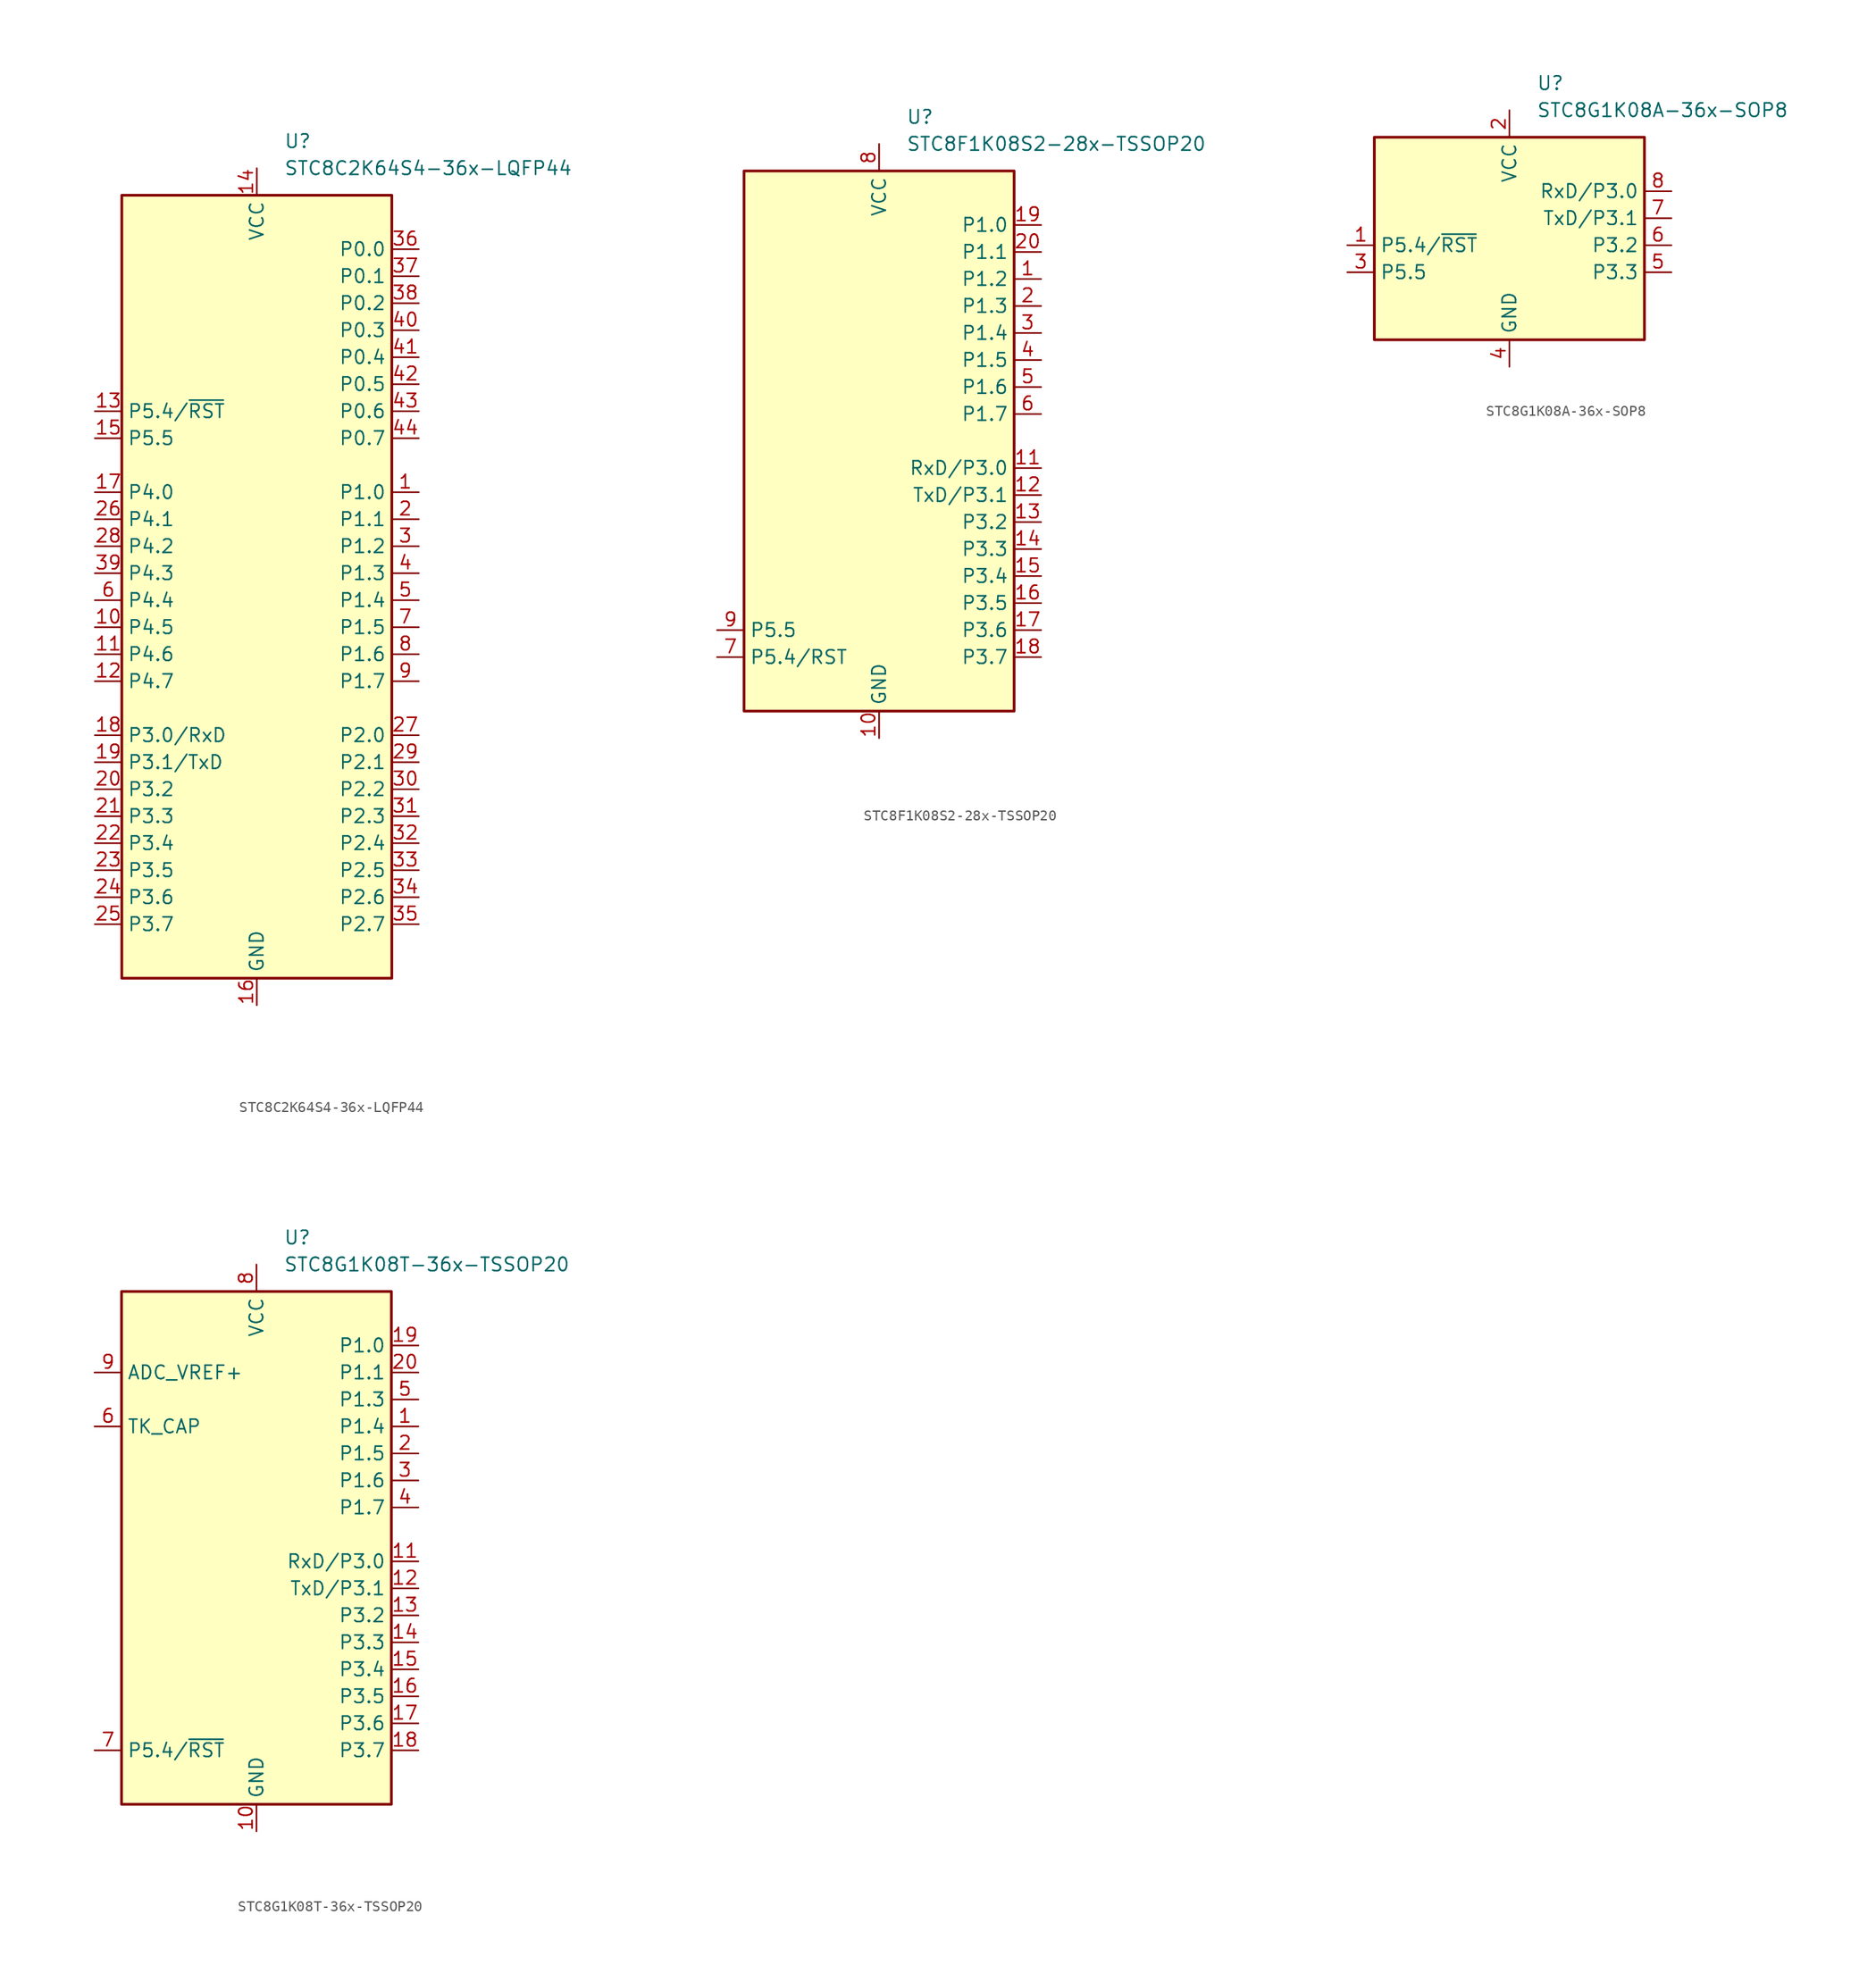
<source format=kicad_sym>
(kicad_symbol_lib
  (version 20211014)
  (generator kicad_symbol_editor)
  (symbol "STC8C2K64S4-36x-LQFP44"
    (property "Reference" "U"
      (at 2.54 41.91 0)
      (effects (font (size 1.27 1.27)) (justify left)))
    (property "Value" "STC8C2K64S4-36x-LQFP44"
      (at 2.54 39.37 0)
      (effects (font (size 1.27 1.27)) (justify left)))
    (symbol "STC8C2K64S4-36x-LQFP44_0_1"
      (rectangle (start -12.7 36.83) (end 12.7 -36.83) (stroke (width 0.254) (type default) (color 0 0 0 0)) (fill (type background))))
    (symbol "STC8C2K64S4-36x-LQFP44_1_1"
      (pin bidirectional line (at 15.24 8.89 180) (length 2.54) (name "P1.0" (effects (font (size 1.27 1.27)))) (number "1" (effects (font (size 1.27 1.27)))))
      (pin bidirectional line (at -15.24 -3.81 0) (length 2.54) (name "P4.5" (effects (font (size 1.27 1.27)))) (number "10" (effects (font (size 1.27 1.27)))))
      (pin bidirectional line (at -15.24 -6.35 0) (length 2.54) (name "P4.6" (effects (font (size 1.27 1.27)))) (number "11" (effects (font (size 1.27 1.27)))))
      (pin bidirectional line (at -15.24 -8.89 0) (length 2.54) (name "P4.7" (effects (font (size 1.27 1.27)))) (number "12" (effects (font (size 1.27 1.27)))))
      (pin bidirectional line (at -15.24 16.51 0) (length 2.54) (name "P5.4/~{RST}" (effects (font (size 1.27 1.27)))) (number "13" (effects (font (size 1.27 1.27)))))
      (pin power_in line (at 0 39.37 270) (length 2.54) (name "VCC" (effects (font (size 1.27 1.27)))) (number "14" (effects (font (size 1.27 1.27)))))
      (pin bidirectional line (at -15.24 13.97 0) (length 2.54) (name "P5.5" (effects (font (size 1.27 1.27)))) (number "15" (effects (font (size 1.27 1.27)))))
      (pin power_in line (at 0 -39.37 90) (length 2.54) (name "GND" (effects (font (size 1.27 1.27)))) (number "16" (effects (font (size 1.27 1.27)))))
      (pin bidirectional line (at -15.24 8.89 0) (length 2.54) (name "P4.0" (effects (font (size 1.27 1.27)))) (number "17" (effects (font (size 1.27 1.27)))))
      (pin bidirectional line (at -15.24 -13.97 0) (length 2.54) (name "P3.0/RxD" (effects (font (size 1.27 1.27)))) (number "18" (effects (font (size 1.27 1.27)))))
      (pin bidirectional line (at -15.24 -16.51 0) (length 2.54) (name "P3.1/TxD" (effects (font (size 1.27 1.27)))) (number "19" (effects (font (size 1.27 1.27)))))
      (pin bidirectional line (at 15.24 6.35 180) (length 2.54) (name "P1.1" (effects (font (size 1.27 1.27)))) (number "2" (effects (font (size 1.27 1.27)))))
      (pin bidirectional line (at -15.24 -19.05 0) (length 2.54) (name "P3.2" (effects (font (size 1.27 1.27)))) (number "20" (effects (font (size 1.27 1.27)))))
      (pin bidirectional line (at -15.24 -21.59 0) (length 2.54) (name "P3.3" (effects (font (size 1.27 1.27)))) (number "21" (effects (font (size 1.27 1.27)))))
      (pin bidirectional line (at -15.24 -24.13 0) (length 2.54) (name "P3.4" (effects (font (size 1.27 1.27)))) (number "22" (effects (font (size 1.27 1.27)))))
      (pin bidirectional line (at -15.24 -26.67 0) (length 2.54) (name "P3.5" (effects (font (size 1.27 1.27)))) (number "23" (effects (font (size 1.27 1.27)))))
      (pin bidirectional line (at -15.24 -29.21 0) (length 2.54) (name "P3.6" (effects (font (size 1.27 1.27)))) (number "24" (effects (font (size 1.27 1.27)))))
      (pin bidirectional line (at -15.24 -31.75 0) (length 2.54) (name "P3.7" (effects (font (size 1.27 1.27)))) (number "25" (effects (font (size 1.27 1.27)))))
      (pin bidirectional line (at -15.24 6.35 0) (length 2.54) (name "P4.1" (effects (font (size 1.27 1.27)))) (number "26" (effects (font (size 1.27 1.27)))))
      (pin bidirectional line (at 15.24 -13.97 180) (length 2.54) (name "P2.0" (effects (font (size 1.27 1.27)))) (number "27" (effects (font (size 1.27 1.27)))))
      (pin bidirectional line (at -15.24 3.81 0) (length 2.54) (name "P4.2" (effects (font (size 1.27 1.27)))) (number "28" (effects (font (size 1.27 1.27)))))
      (pin bidirectional line (at 15.24 -16.51 180) (length 2.54) (name "P2.1" (effects (font (size 1.27 1.27)))) (number "29" (effects (font (size 1.27 1.27)))))
      (pin bidirectional line (at 15.24 3.81 180) (length 2.54) (name "P1.2" (effects (font (size 1.27 1.27)))) (number "3" (effects (font (size 1.27 1.27)))))
      (pin bidirectional line (at 15.24 -19.05 180) (length 2.54) (name "P2.2" (effects (font (size 1.27 1.27)))) (number "30" (effects (font (size 1.27 1.27)))))
      (pin bidirectional line (at 15.24 -21.59 180) (length 2.54) (name "P2.3" (effects (font (size 1.27 1.27)))) (number "31" (effects (font (size 1.27 1.27)))))
      (pin bidirectional line (at 15.24 -24.13 180) (length 2.54) (name "P2.4" (effects (font (size 1.27 1.27)))) (number "32" (effects (font (size 1.27 1.27)))))
      (pin bidirectional line (at 15.24 -26.67 180) (length 2.54) (name "P2.5" (effects (font (size 1.27 1.27)))) (number "33" (effects (font (size 1.27 1.27)))))
      (pin bidirectional line (at 15.24 -29.21 180) (length 2.54) (name "P2.6" (effects (font (size 1.27 1.27)))) (number "34" (effects (font (size 1.27 1.27)))))
      (pin bidirectional line (at 15.24 -31.75 180) (length 2.54) (name "P2.7" (effects (font (size 1.27 1.27)))) (number "35" (effects (font (size 1.27 1.27)))))
      (pin bidirectional line (at 15.24 31.75 180) (length 2.54) (name "P0.0" (effects (font (size 1.27 1.27)))) (number "36" (effects (font (size 1.27 1.27)))))
      (pin bidirectional line (at 15.24 29.21 180) (length 2.54) (name "P0.1" (effects (font (size 1.27 1.27)))) (number "37" (effects (font (size 1.27 1.27)))))
      (pin bidirectional line (at 15.24 26.67 180) (length 2.54) (name "P0.2" (effects (font (size 1.27 1.27)))) (number "38" (effects (font (size 1.27 1.27)))))
      (pin bidirectional line (at -15.24 1.27 0) (length 2.54) (name "P4.3" (effects (font (size 1.27 1.27)))) (number "39" (effects (font (size 1.27 1.27)))))
      (pin bidirectional line (at 15.24 1.27 180) (length 2.54) (name "P1.3" (effects (font (size 1.27 1.27)))) (number "4" (effects (font (size 1.27 1.27)))))
      (pin bidirectional line (at 15.24 24.13 180) (length 2.54) (name "P0.3" (effects (font (size 1.27 1.27)))) (number "40" (effects (font (size 1.27 1.27)))))
      (pin bidirectional line (at 15.24 21.59 180) (length 2.54) (name "P0.4" (effects (font (size 1.27 1.27)))) (number "41" (effects (font (size 1.27 1.27)))))
      (pin bidirectional line (at 15.24 19.05 180) (length 2.54) (name "P0.5" (effects (font (size 1.27 1.27)))) (number "42" (effects (font (size 1.27 1.27)))))
      (pin bidirectional line (at 15.24 16.51 180) (length 2.54) (name "P0.6" (effects (font (size 1.27 1.27)))) (number "43" (effects (font (size 1.27 1.27)))))
      (pin bidirectional line (at 15.24 13.97 180) (length 2.54) (name "P0.7" (effects (font (size 1.27 1.27)))) (number "44" (effects (font (size 1.27 1.27)))))
      (pin bidirectional line (at 15.24 -1.27 180) (length 2.54) (name "P1.4" (effects (font (size 1.27 1.27)))) (number "5" (effects (font (size 1.27 1.27)))))
      (pin bidirectional line (at -15.24 -1.27 0) (length 2.54) (name "P4.4" (effects (font (size 1.27 1.27)))) (number "6" (effects (font (size 1.27 1.27)))))
      (pin bidirectional line (at 15.24 -3.81 180) (length 2.54) (name "P1.5" (effects (font (size 1.27 1.27)))) (number "7" (effects (font (size 1.27 1.27)))))
      (pin bidirectional line (at 15.24 -6.35 180) (length 2.54) (name "P1.6" (effects (font (size 1.27 1.27)))) (number "8" (effects (font (size 1.27 1.27)))))
      (pin bidirectional line (at 15.24 -8.89 180) (length 2.54) (name "P1.7" (effects (font (size 1.27 1.27)))) (number "9" (effects (font (size 1.27 1.27)))))))
  (symbol "STC8F1K08S2-28x-TSSOP20"
    (property "Reference" "U"
      (at 2.54 30.48 0)
      (effects (font (size 1.27 1.27)) (justify left)))
    (property "Value" "STC8F1K08S2-28x-TSSOP20"
      (at 2.54 27.94 0)
      (effects (font (size 1.27 1.27)) (justify left)))
    (symbol "STC8F1K08S2-28x-TSSOP20_0_1"
      (rectangle (start -12.7 25.4) (end 12.7 -25.4) (stroke (width 0.254) (type default) (color 0 0 0 0)) (fill (type background))))
    (symbol "STC8F1K08S2-28x-TSSOP20_1_1"
      (pin bidirectional line (at 15.24 15.24 180) (length 2.54) (name "P1.2" (effects (font (size 1.27 1.27)))) (number "1" (effects (font (size 1.27 1.27)))))
      (pin power_in line (at 0 -27.94 90) (length 2.54) (name "GND" (effects (font (size 1.27 1.27)))) (number "10" (effects (font (size 1.27 1.27)))))
      (pin bidirectional line (at 15.24 -2.54 180) (length 2.54) (name "RxD/P3.0" (effects (font (size 1.27 1.27)))) (number "11" (effects (font (size 1.27 1.27)))))
      (pin bidirectional line (at 15.24 -5.08 180) (length 2.54) (name "TxD/P3.1" (effects (font (size 1.27 1.27)))) (number "12" (effects (font (size 1.27 1.27)))))
      (pin bidirectional line (at 15.24 -7.62 180) (length 2.54) (name "P3.2" (effects (font (size 1.27 1.27)))) (number "13" (effects (font (size 1.27 1.27)))))
      (pin bidirectional line (at 15.24 -10.16 180) (length 2.54) (name "P3.3" (effects (font (size 1.27 1.27)))) (number "14" (effects (font (size 1.27 1.27)))))
      (pin bidirectional line (at 15.24 -12.7 180) (length 2.54) (name "P3.4" (effects (font (size 1.27 1.27)))) (number "15" (effects (font (size 1.27 1.27)))))
      (pin bidirectional line (at 15.24 -15.24 180) (length 2.54) (name "P3.5" (effects (font (size 1.27 1.27)))) (number "16" (effects (font (size 1.27 1.27)))))
      (pin bidirectional line (at 15.24 -17.78 180) (length 2.54) (name "P3.6" (effects (font (size 1.27 1.27)))) (number "17" (effects (font (size 1.27 1.27)))))
      (pin bidirectional line (at 15.24 -20.32 180) (length 2.54) (name "P3.7" (effects (font (size 1.27 1.27)))) (number "18" (effects (font (size 1.27 1.27)))))
      (pin bidirectional line (at 15.24 20.32 180) (length 2.54) (name "P1.0" (effects (font (size 1.27 1.27)))) (number "19" (effects (font (size 1.27 1.27)))))
      (pin bidirectional line (at 15.24 12.7 180) (length 2.54) (name "P1.3" (effects (font (size 1.27 1.27)))) (number "2" (effects (font (size 1.27 1.27)))))
      (pin bidirectional line (at 15.24 17.78 180) (length 2.54) (name "P1.1" (effects (font (size 1.27 1.27)))) (number "20" (effects (font (size 1.27 1.27)))))
      (pin bidirectional line (at 15.24 10.16 180) (length 2.54) (name "P1.4" (effects (font (size 1.27 1.27)))) (number "3" (effects (font (size 1.27 1.27)))))
      (pin bidirectional line (at 15.24 7.62 180) (length 2.54) (name "P1.5" (effects (font (size 1.27 1.27)))) (number "4" (effects (font (size 1.27 1.27)))))
      (pin bidirectional line (at 15.24 5.08 180) (length 2.54) (name "P1.6" (effects (font (size 1.27 1.27)))) (number "5" (effects (font (size 1.27 1.27)))))
      (pin bidirectional line (at 15.24 2.54 180) (length 2.54) (name "P1.7" (effects (font (size 1.27 1.27)))) (number "6" (effects (font (size 1.27 1.27)))))
      (pin bidirectional line (at -15.24 -20.32 0) (length 2.54) (name "P5.4/RST" (effects (font (size 1.27 1.27)))) (number "7" (effects (font (size 1.27 1.27)))))
      (pin power_in line (at 0 27.94 270) (length 2.54) (name "VCC" (effects (font (size 1.27 1.27)))) (number "8" (effects (font (size 1.27 1.27)))))
      (pin bidirectional line (at -15.24 -17.78 0) (length 2.54) (name "P5.5" (effects (font (size 1.27 1.27)))) (number "9" (effects (font (size 1.27 1.27)))))))
  (symbol "STC8G1K08A-36x-SOP8"
    (property "Reference" "U"
      (at 2.54 13.97 0)
      (effects (font (size 1.27 1.27)) (justify left)))
    (property "Value" "STC8G1K08A-36x-SOP8"
      (at 2.54 11.43 0)
      (effects (font (size 1.27 1.27)) (justify left)))
    (symbol "STC8G1K08A-36x-SOP8_0_0"
      (pin bidirectional line (at -15.24 -1.27 0) (length 2.54) (name "P5.4/~{RST}" (effects (font (size 1.27 1.27)))) (number "1" (effects (font (size 1.27 1.27)))))
      (pin power_in line (at 0 11.43 270) (length 2.54) (name "VCC" (effects (font (size 1.27 1.27)))) (number "2" (effects (font (size 1.27 1.27)))))
      (pin bidirectional line (at -15.24 -3.81 0) (length 2.54) (name "P5.5" (effects (font (size 1.27 1.27)))) (number "3" (effects (font (size 1.27 1.27)))))
      (pin power_in line (at 0 -12.7 90) (length 2.54) (name "GND" (effects (font (size 1.27 1.27)))) (number "4" (effects (font (size 1.27 1.27)))))
      (pin bidirectional line (at 15.24 -3.81 180) (length 2.54) (name "P3.3" (effects (font (size 1.27 1.27)))) (number "5" (effects (font (size 1.27 1.27)))))
      (pin bidirectional line (at 15.24 -1.27 180) (length 2.54) (name "P3.2" (effects (font (size 1.27 1.27)))) (number "6" (effects (font (size 1.27 1.27)))))
      (pin bidirectional line (at 15.24 1.27 180) (length 2.54) (name "TxD/P3.1" (effects (font (size 1.27 1.27)))) (number "7" (effects (font (size 1.27 1.27)))))
      (pin bidirectional line (at 15.24 3.81 180) (length 2.54) (name "RxD/P3.0" (effects (font (size 1.27 1.27)))) (number "8" (effects (font (size 1.27 1.27))))))
    (symbol "STC8G1K08A-36x-SOP8_0_1"
      (rectangle (start -12.7 8.89) (end 12.7 -10.16) (stroke (width 0.254) (type default) (color 0 0 0 0)) (fill (type background)))))
  (symbol "STC8G1K08T-36x-TSSOP20"
    (property "Reference" "U"
      (at 2.54 29.21 0)
      (effects (font (size 1.27 1.27)) (justify left)))
    (property "Value" "STC8G1K08T-36x-TSSOP20"
      (at 2.54 26.67 0)
      (effects (font (size 1.27 1.27)) (justify left)))
    (symbol "STC8G1K08T-36x-TSSOP20_0_1"
      (rectangle (start -12.7 24.13) (end 12.7 -24.13) (stroke (width 0.254) (type default) (color 0 0 0 0)) (fill (type background))))
    (symbol "STC8G1K08T-36x-TSSOP20_1_1"
      (pin bidirectional line (at 15.24 11.43 180) (length 2.54) (name "P1.4" (effects (font (size 1.27 1.27)))) (number "1" (effects (font (size 1.27 1.27)))))
      (pin power_in line (at 0 -26.67 90) (length 2.54) (name "GND" (effects (font (size 1.27 1.27)))) (number "10" (effects (font (size 1.27 1.27)))))
      (pin bidirectional line (at 15.24 -1.27 180) (length 2.54) (name "RxD/P3.0" (effects (font (size 1.27 1.27)))) (number "11" (effects (font (size 1.27 1.27)))))
      (pin bidirectional line (at 15.24 -3.81 180) (length 2.54) (name "TxD/P3.1" (effects (font (size 1.27 1.27)))) (number "12" (effects (font (size 1.27 1.27)))))
      (pin bidirectional line (at 15.24 -6.35 180) (length 2.54) (name "P3.2" (effects (font (size 1.27 1.27)))) (number "13" (effects (font (size 1.27 1.27)))))
      (pin bidirectional line (at 15.24 -8.89 180) (length 2.54) (name "P3.3" (effects (font (size 1.27 1.27)))) (number "14" (effects (font (size 1.27 1.27)))))
      (pin bidirectional line (at 15.24 -11.43 180) (length 2.54) (name "P3.4" (effects (font (size 1.27 1.27)))) (number "15" (effects (font (size 1.27 1.27)))))
      (pin bidirectional line (at 15.24 -13.97 180) (length 2.54) (name "P3.5" (effects (font (size 1.27 1.27)))) (number "16" (effects (font (size 1.27 1.27)))))
      (pin bidirectional line (at 15.24 -16.51 180) (length 2.54) (name "P3.6" (effects (font (size 1.27 1.27)))) (number "17" (effects (font (size 1.27 1.27)))))
      (pin bidirectional line (at 15.24 -19.05 180) (length 2.54) (name "P3.7" (effects (font (size 1.27 1.27)))) (number "18" (effects (font (size 1.27 1.27)))))
      (pin bidirectional line (at 15.24 19.05 180) (length 2.54) (name "P1.0" (effects (font (size 1.27 1.27)))) (number "19" (effects (font (size 1.27 1.27)))))
      (pin bidirectional line (at 15.24 8.89 180) (length 2.54) (name "P1.5" (effects (font (size 1.27 1.27)))) (number "2" (effects (font (size 1.27 1.27)))))
      (pin bidirectional line (at 15.24 16.51 180) (length 2.54) (name "P1.1" (effects (font (size 1.27 1.27)))) (number "20" (effects (font (size 1.27 1.27)))))
      (pin bidirectional line (at 15.24 6.35 180) (length 2.54) (name "P1.6" (effects (font (size 1.27 1.27)))) (number "3" (effects (font (size 1.27 1.27)))))
      (pin bidirectional line (at 15.24 3.81 180) (length 2.54) (name "P1.7" (effects (font (size 1.27 1.27)))) (number "4" (effects (font (size 1.27 1.27)))))
      (pin bidirectional line (at 15.24 13.97 180) (length 2.54) (name "P1.3" (effects (font (size 1.27 1.27)))) (number "5" (effects (font (size 1.27 1.27)))))
      (pin passive line (at -15.24 11.43 0) (length 2.54) (name "TK_CAP" (effects (font (size 1.27 1.27)))) (number "6" (effects (font (size 1.27 1.27)))))
      (pin bidirectional line (at -15.24 -19.05 0) (length 2.54) (name "P5.4/~{RST}" (effects (font (size 1.27 1.27)))) (number "7" (effects (font (size 1.27 1.27)))))
      (pin power_in line (at 0 26.67 270) (length 2.54) (name "VCC" (effects (font (size 1.27 1.27)))) (number "8" (effects (font (size 1.27 1.27)))))
      (pin power_in line (at -15.24 16.51 0) (length 2.54) (name "ADC_VREF+" (effects (font (size 1.27 1.27)))) (number "9" (effects (font (size 1.27 1.27))))))))
</source>
